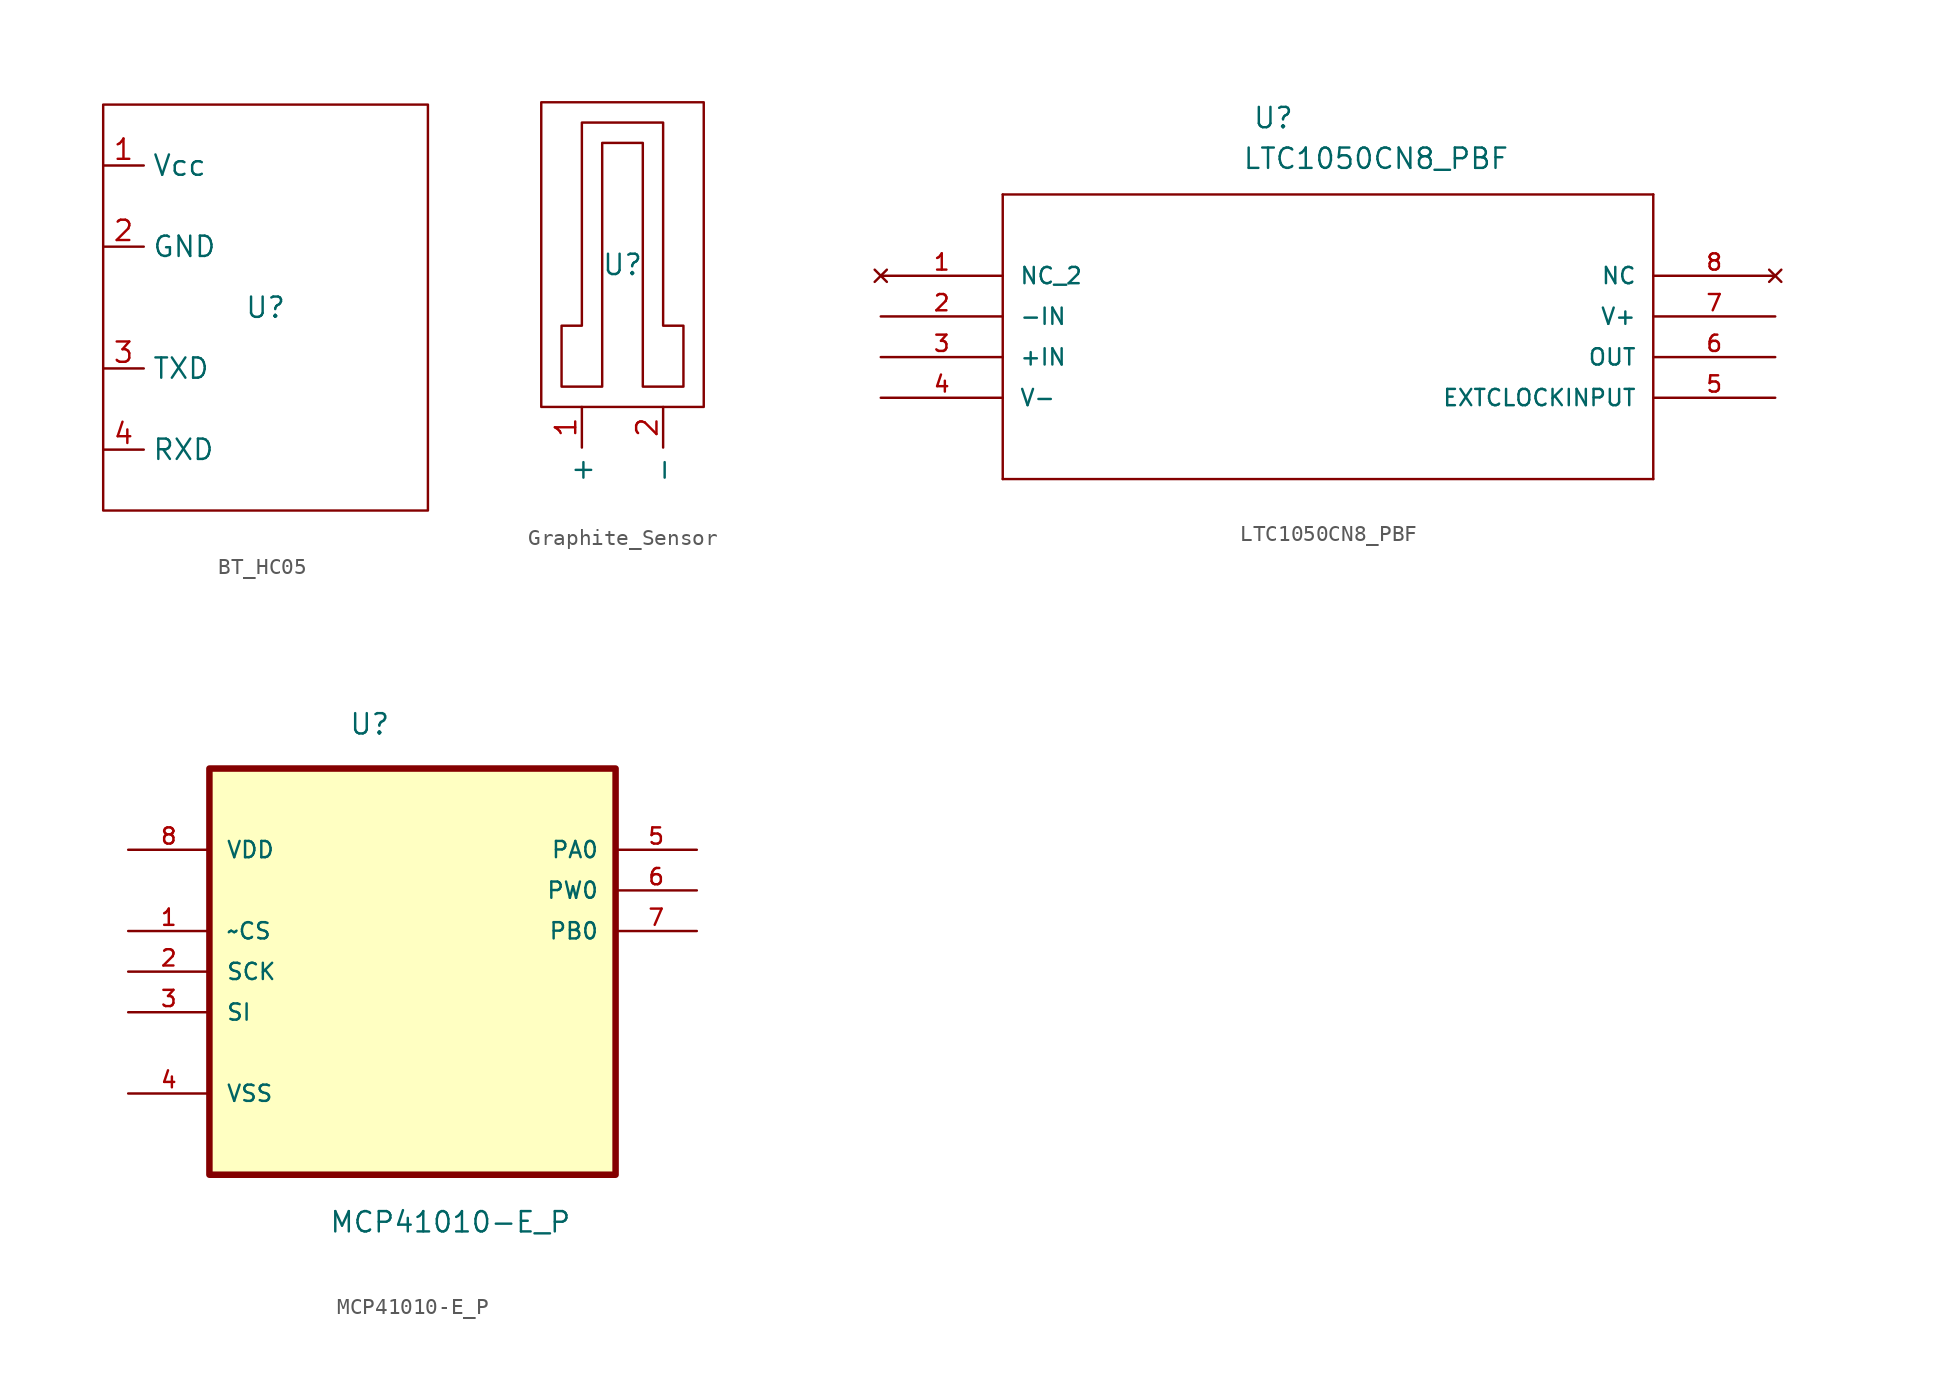
<source format=kicad_sym>
(kicad_symbol_lib
  (version 20241209)
  (generator "kicad_symbol_editor")
  (generator_version "9.0")
  (symbol "BT_HC05"
    (property "Reference" "U"
      (at 0 0 0)
      (effects (font (size 1.27 1.27))))
    (property "Value" ""
      (at 0 0 0)
      (effects (font (size 1.27 1.27))))
    (symbol "BT_HC05_0_1"
      (rectangle (start -10.16 12.7) (end 10.16 -12.7) (stroke (width 0) (type default)) (fill (type none))))
    (symbol "BT_HC05_1_1"
      (pin input line (at -10.16 8.89 0) (length 2.54) (name "Vcc" (effects (font (size 1.27 1.27)))) (number "1" (effects (font (size 1.27 1.27)))))
      (pin input line (at -10.16 3.81 0) (length 2.54) (name "GND" (effects (font (size 1.27 1.27)))) (number "2" (effects (font (size 1.27 1.27)))))
      (pin input line (at -10.16 -3.81 0) (length 2.54) (name "TXD" (effects (font (size 1.27 1.27)))) (number "3" (effects (font (size 1.27 1.27)))))
      (pin input line (at -10.16 -8.89 0) (length 2.54) (name "RXD" (effects (font (size 1.27 1.27)))) (number "4" (effects (font (size 1.27 1.27)))))))
  (symbol "Graphite_Sensor"
    (property "Reference" "U"
      (at 0 0 0)
      (effects (font (size 1.27 1.27))))
    (property "Value" ""
      (at 0 0 0)
      (effects (font (size 1.27 1.27))))
    (symbol "Graphite_Sensor_0_1"
      (rectangle (start -5.08 10.16) (end 5.08 -8.89) (stroke (width 0) (type default)) (fill (type none)))
      (polyline (pts (xy -3.81 -5.08) (xy -3.81 -7.62) (xy -1.27 -7.62) (xy -1.27 7.62) (xy 1.27 7.62) (xy 1.27 -7.62) (xy 3.81 -7.62) (xy 3.81 -3.81) (xy 2.54 -3.81) (xy 2.54 8.89) (xy -2.54 8.89) (xy -2.54 -3.81) (xy -3.81 -3.81) (xy -3.81 -5.08)) (stroke (width 0) (type default)) (fill (type none))))
    (symbol "Graphite_Sensor_1_1"
      (pin input line (at -2.54 -8.89 270) (length 2.54) (name "+" (effects (font (size 1.27 1.27)))) (number "1" (effects (font (size 1.27 1.27)))))
      (pin input line (at 2.54 -8.89 270) (length 2.54) (name "-" (effects (font (size 1.27 1.27)))) (number "2" (effects (font (size 1.27 1.27)))))))
  (symbol "LTC1050CN8_PBF"
    (pin_names
      (offset 1.016))
    (property "Reference" "U"
      (at 23.216 9.119 0)
      (effects (font (size 1.27 1.27)) (justify left bottom)))
    (property "Value" "LTC1050CN8_PBF"
      (at 22.581 6.579 0)
      (effects (font (size 1.27 1.27)) (justify left bottom)))
    (symbol "LTC1050CN8_PBF_0_0"
      (polyline (pts (xy 7.62 5.08) (xy 7.62 -12.7)) (stroke (width 0.152) (type default)) (fill (type none)))
      (polyline (pts (xy 7.62 -12.7) (xy 48.26 -12.7)) (stroke (width 0.152) (type default)) (fill (type none)))
      (polyline (pts (xy 48.26 5.08) (xy 7.62 5.08)) (stroke (width 0.152) (type default)) (fill (type none)))
      (polyline (pts (xy 48.26 -12.7) (xy 48.26 5.08)) (stroke (width 0.152) (type default)) (fill (type none)))
      (pin no_connect line (at 0 0 0) (length 7.62) (name "NC_2" (effects (font (size 1.016 1.016)))) (number "1" (effects (font (size 1.016 1.016)))))
      (pin input line (at 0 -2.54 0) (length 7.62) (name "-IN" (effects (font (size 1.016 1.016)))) (number "2" (effects (font (size 1.016 1.016)))))
      (pin input line (at 0 -5.08 0) (length 7.62) (name "+IN" (effects (font (size 1.016 1.016)))) (number "3" (effects (font (size 1.016 1.016)))))
      (pin power_in line (at 0 -7.62 0) (length 7.62) (name "V-" (effects (font (size 1.016 1.016)))) (number "4" (effects (font (size 1.016 1.016)))))
      (pin no_connect line (at 55.88 0 180) (length 7.62) (name "NC" (effects (font (size 1.016 1.016)))) (number "8" (effects (font (size 1.016 1.016)))))
      (pin power_in line (at 55.88 -2.54 180) (length 7.62) (name "V+" (effects (font (size 1.016 1.016)))) (number "7" (effects (font (size 1.016 1.016)))))
      (pin output line (at 55.88 -5.08 180) (length 7.62) (name "OUT" (effects (font (size 1.016 1.016)))) (number "6" (effects (font (size 1.016 1.016)))))
      (pin input line (at 55.88 -7.62 180) (length 7.62) (name "EXTCLOCKINPUT" (effects (font (size 1.016 1.016)))) (number "5" (effects (font (size 1.016 1.016)))))))
  (symbol "MCP41010-E_P"
    (pin_names
      (offset 1.016))
    (property "Reference" "U"
      (at -3.988 12.192 0)
      (effects (font (size 1.27 1.27)) (justify left bottom)))
    (property "Value" "MCP41010-E_P"
      (at -5.232 -18.948 0)
      (effects (font (size 1.27 1.27)) (justify left bottom)))
    (symbol "MCP41010-E_P_0_0"
      (rectangle (start -12.7 -15.24) (end 12.7 10.16) (stroke (width 0.406) (type default)) (fill (type background)))
      (pin power_in line (at -17.78 5.08 0) (length 5.08) (name "VDD" (effects (font (size 1.016 1.016)))) (number "8" (effects (font (size 1.016 1.016)))))
      (pin input line (at -17.78 0 0) (length 5.08) (name "~CS" (effects (font (size 1.016 1.016)))) (number "1" (effects (font (size 1.016 1.016)))))
      (pin input line (at -17.78 -2.54 0) (length 5.08) (name "SCK" (effects (font (size 1.016 1.016)))) (number "2" (effects (font (size 1.016 1.016)))))
      (pin input line (at -17.78 -5.08 0) (length 5.08) (name "SI" (effects (font (size 1.016 1.016)))) (number "3" (effects (font (size 1.016 1.016)))))
      (pin passive line (at -17.78 -10.16 0) (length 5.08) (name "VSS" (effects (font (size 1.016 1.016)))) (number "4" (effects (font (size 1.016 1.016)))))
      (pin passive line (at 17.78 5.08 180) (length 5.08) (name "PA0" (effects (font (size 1.016 1.016)))) (number "5" (effects (font (size 1.016 1.016)))))
      (pin passive line (at 17.78 2.54 180) (length 5.08) (name "PW0" (effects (font (size 1.016 1.016)))) (number "6" (effects (font (size 1.016 1.016)))))
      (pin passive line (at 17.78 0 180) (length 5.08) (name "PB0" (effects (font (size 1.016 1.016)))) (number "7" (effects (font (size 1.016 1.016))))))))
</source>
